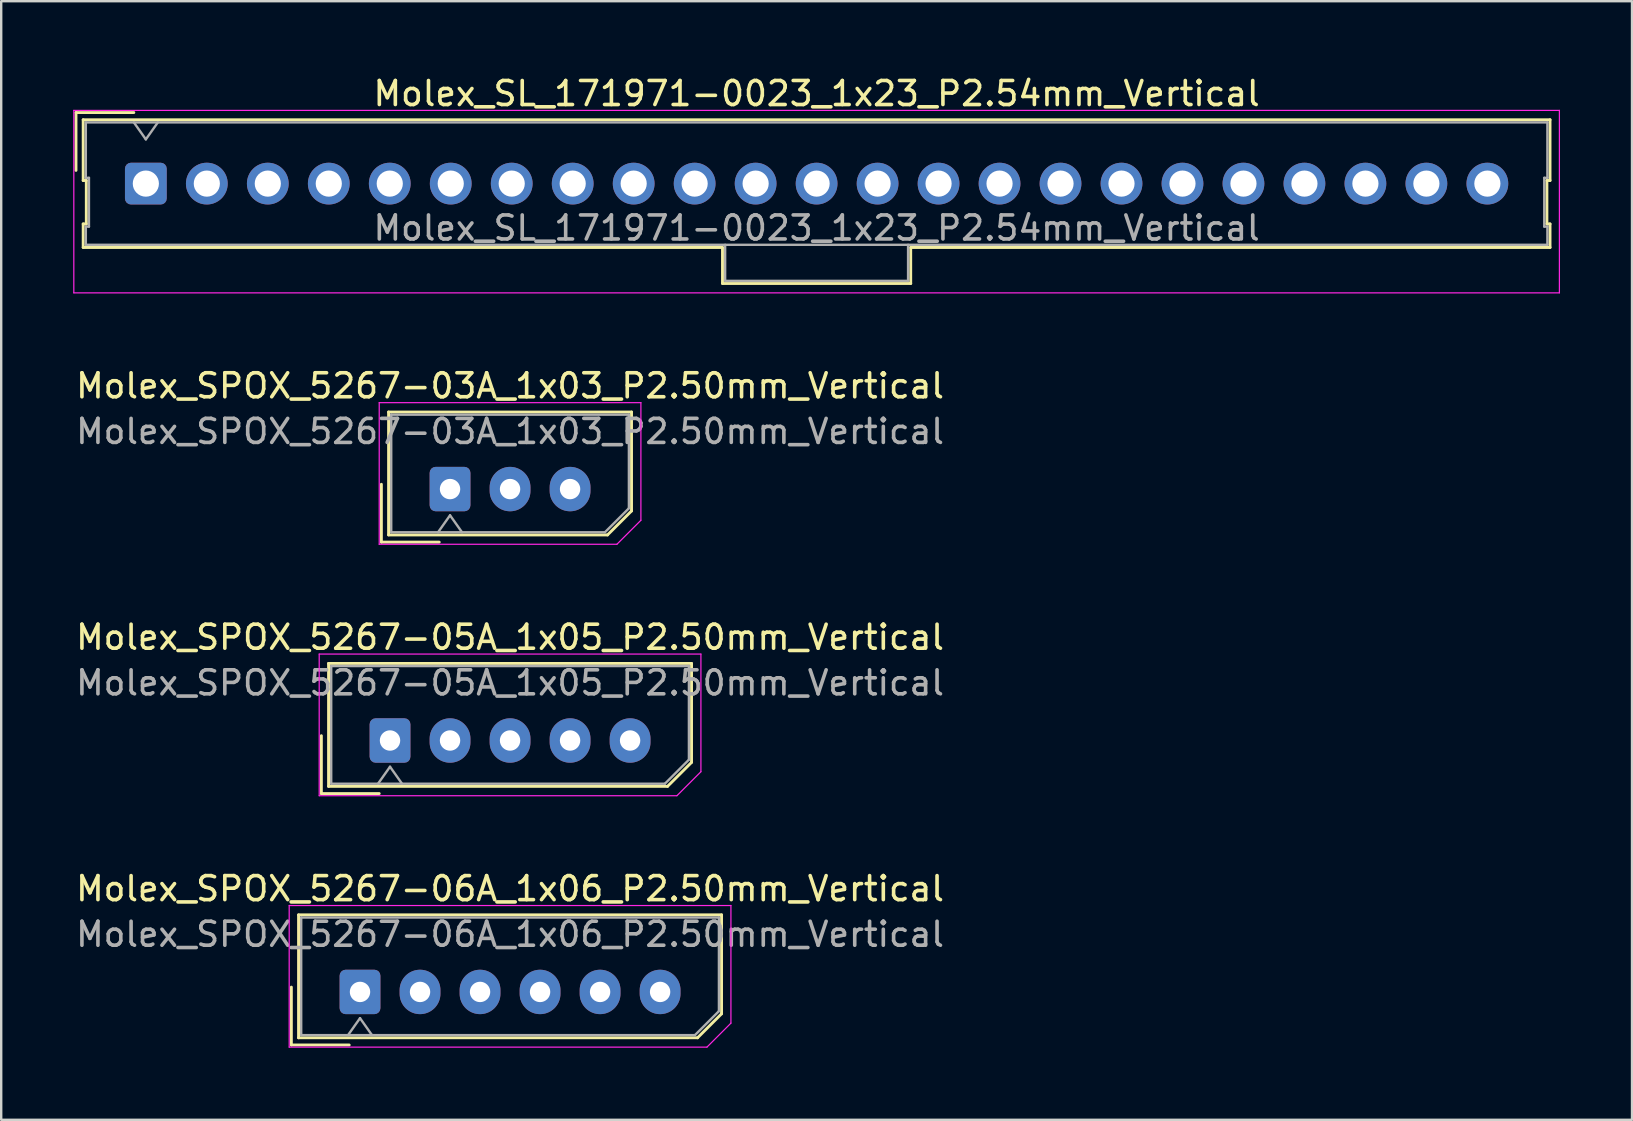
<source format=kicad_pcb>
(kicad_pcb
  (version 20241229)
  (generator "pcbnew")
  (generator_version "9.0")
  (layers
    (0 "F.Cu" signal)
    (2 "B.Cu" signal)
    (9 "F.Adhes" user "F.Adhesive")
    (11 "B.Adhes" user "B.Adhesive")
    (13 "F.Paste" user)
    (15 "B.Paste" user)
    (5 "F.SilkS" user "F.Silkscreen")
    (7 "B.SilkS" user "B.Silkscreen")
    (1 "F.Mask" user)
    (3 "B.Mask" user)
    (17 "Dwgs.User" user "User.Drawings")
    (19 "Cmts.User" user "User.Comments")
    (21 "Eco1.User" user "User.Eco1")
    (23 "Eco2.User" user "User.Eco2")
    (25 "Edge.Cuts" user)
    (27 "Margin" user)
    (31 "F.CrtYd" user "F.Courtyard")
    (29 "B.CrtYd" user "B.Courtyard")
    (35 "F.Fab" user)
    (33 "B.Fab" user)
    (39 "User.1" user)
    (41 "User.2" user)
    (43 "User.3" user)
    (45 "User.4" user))
  (footprint "Molex_SPOX_5267-05A_1x05_P2.50mm_Vertical"
    (layer "F.Cu")
    (at 13.196 27.795)
    (property "Reference" "Molex_SPOX_5267-05A_1x05_P2.50mm_Vertical" (at 5 -4.3 0) (layer "F.SilkS") (effects (font (size 1 1) (thickness 0.15))))
    (attr through_hole)
    (fp_line (start -2.86 -0.2) (end -2.86 2.21) (stroke (width 0.12) (type solid)) (layer "F.SilkS"))
    (fp_line (start -2.86 2.21) (end -0.45 2.21) (stroke (width 0.12) (type solid)) (layer "F.SilkS"))
    (fp_line (start -2.56 -3.21) (end -2.56 1.91) (stroke (width 0.12) (type solid)) (layer "F.SilkS"))
    (fp_line (start -2.56 1.91) (end 11.56 1.91) (stroke (width 0.12) (type solid)) (layer "F.SilkS"))
    (fp_line (start 11.56 1.91) (end 12.56 0.91) (stroke (width 0.12) (type solid)) (layer "F.SilkS"))
    (fp_line (start 12.56 -3.21) (end -2.56 -3.21) (stroke (width 0.12) (type solid)) (layer "F.SilkS"))
    (fp_line (start 12.56 0.91) (end 12.56 -3.21) (stroke (width 0.12) (type solid)) (layer "F.SilkS"))
    (fp_line (start -2.95 -3.6) (end -2.95 2.3) (stroke (width 0.05) (type solid)) (layer "F.CrtYd"))
    (fp_line (start -2.95 2.3) (end 11.95 2.3) (stroke (width 0.05) (type solid)) (layer "F.CrtYd"))
    (fp_line (start 11.95 2.3) (end 12.95 1.3) (stroke (width 0.05) (type solid)) (layer "F.CrtYd"))
    (fp_line (start 12.95 -3.6) (end -2.95 -3.6) (stroke (width 0.05) (type solid)) (layer "F.CrtYd"))
    (fp_line (start 12.95 1.3) (end 12.95 -3.6) (stroke (width 0.05) (type solid)) (layer "F.CrtYd"))
    (fp_line (start -2.45 -3.1) (end -2.45 1.8) (stroke (width 0.1) (type solid)) (layer "F.Fab"))
    (fp_line (start -2.45 1.8) (end 11.45 1.8) (stroke (width 0.1) (type solid)) (layer "F.Fab"))
    (fp_line (start -0.5 1.8) (end 0 1.093) (stroke (width 0.1) (type solid)) (layer "F.Fab"))
    (fp_line (start 0 1.093) (end 0.5 1.8) (stroke (width 0.1) (type solid)) (layer "F.Fab"))
    (fp_line (start 11.45 1.8) (end 12.45 0.8) (stroke (width 0.1) (type solid)) (layer "F.Fab"))
    (fp_line (start 12.45 -3.1) (end -2.45 -3.1) (stroke (width 0.1) (type solid)) (layer "F.Fab"))
    (fp_line (start 12.45 0.8) (end 12.45 -3.1) (stroke (width 0.1) (type solid)) (layer "F.Fab"))
    (fp_text user "${REFERENCE}" (at 5 -2.4 0) (layer "F.Fab") (effects (font (size 1 1) (thickness 0.15))))
    (pad "1" thru_hole roundrect (at 0 0) (size 1.7 1.85) (drill 0.85) (layers "*.Cu" "*.Mask") (roundrect_rratio 0.147))
    (pad "2" thru_hole oval (at 2.5 0) (size 1.7 1.85) (drill 0.85) (layers "*.Cu" "*.Mask"))
    (pad "3" thru_hole oval (at 5 0) (size 1.7 1.85) (drill 0.85) (layers "*.Cu" "*.Mask"))
    (pad "4" thru_hole oval (at 7.5 0) (size 1.7 1.85) (drill 0.85) (layers "*.Cu" "*.Mask"))
    (pad "5" thru_hole oval (at 10 0) (size 1.7 1.85) (drill 0.85) (layers "*.Cu" "*.Mask")))
  (footprint "Molex_SPOX_5267-06A_1x06_P2.50mm_Vertical"
    (layer "F.Cu")
    (at 11.946 38.268)
    (property "Reference" "Molex_SPOX_5267-06A_1x06_P2.50mm_Vertical" (at 6.25 -4.3 0) (layer "F.SilkS") (effects (font (size 1 1) (thickness 0.15))))
    (attr through_hole)
    (fp_line (start -2.86 -0.2) (end -2.86 2.21) (stroke (width 0.12) (type solid)) (layer "F.SilkS"))
    (fp_line (start -2.86 2.21) (end -0.45 2.21) (stroke (width 0.12) (type solid)) (layer "F.SilkS"))
    (fp_line (start -2.56 -3.21) (end -2.56 1.91) (stroke (width 0.12) (type solid)) (layer "F.SilkS"))
    (fp_line (start -2.56 1.91) (end 14.06 1.91) (stroke (width 0.12) (type solid)) (layer "F.SilkS"))
    (fp_line (start 14.06 1.91) (end 15.06 0.91) (stroke (width 0.12) (type solid)) (layer "F.SilkS"))
    (fp_line (start 15.06 -3.21) (end -2.56 -3.21) (stroke (width 0.12) (type solid)) (layer "F.SilkS"))
    (fp_line (start 15.06 0.91) (end 15.06 -3.21) (stroke (width 0.12) (type solid)) (layer "F.SilkS"))
    (fp_line (start -2.95 -3.6) (end -2.95 2.3) (stroke (width 0.05) (type solid)) (layer "F.CrtYd"))
    (fp_line (start -2.95 2.3) (end 14.45 2.3) (stroke (width 0.05) (type solid)) (layer "F.CrtYd"))
    (fp_line (start 14.45 2.3) (end 15.45 1.3) (stroke (width 0.05) (type solid)) (layer "F.CrtYd"))
    (fp_line (start 15.45 -3.6) (end -2.95 -3.6) (stroke (width 0.05) (type solid)) (layer "F.CrtYd"))
    (fp_line (start 15.45 1.3) (end 15.45 -3.6) (stroke (width 0.05) (type solid)) (layer "F.CrtYd"))
    (fp_line (start -2.45 -3.1) (end -2.45 1.8) (stroke (width 0.1) (type solid)) (layer "F.Fab"))
    (fp_line (start -2.45 1.8) (end 13.95 1.8) (stroke (width 0.1) (type solid)) (layer "F.Fab"))
    (fp_line (start -0.5 1.8) (end 0 1.093) (stroke (width 0.1) (type solid)) (layer "F.Fab"))
    (fp_line (start 0 1.093) (end 0.5 1.8) (stroke (width 0.1) (type solid)) (layer "F.Fab"))
    (fp_line (start 13.95 1.8) (end 14.95 0.8) (stroke (width 0.1) (type solid)) (layer "F.Fab"))
    (fp_line (start 14.95 -3.1) (end -2.45 -3.1) (stroke (width 0.1) (type solid)) (layer "F.Fab"))
    (fp_line (start 14.95 0.8) (end 14.95 -3.1) (stroke (width 0.1) (type solid)) (layer "F.Fab"))
    (fp_text user "${REFERENCE}" (at 6.25 -2.4 0) (layer "F.Fab") (effects (font (size 1 1) (thickness 0.15))))
    (pad "1" thru_hole roundrect (at 0 0) (size 1.7 1.85) (drill 0.85) (layers "*.Cu" "*.Mask") (roundrect_rratio 0.147))
    (pad "2" thru_hole oval (at 2.5 0) (size 1.7 1.85) (drill 0.85) (layers "*.Cu" "*.Mask"))
    (pad "3" thru_hole oval (at 5 0) (size 1.7 1.85) (drill 0.85) (layers "*.Cu" "*.Mask"))
    (pad "4" thru_hole oval (at 7.5 0) (size 1.7 1.85) (drill 0.85) (layers "*.Cu" "*.Mask"))
    (pad "5" thru_hole oval (at 10 0) (size 1.7 1.85) (drill 0.85) (layers "*.Cu" "*.Mask"))
    (pad "6" thru_hole oval (at 12.5 0) (size 1.7 1.85) (drill 0.85) (layers "*.Cu" "*.Mask")))
  (footprint "Molex_SPOX_5267-03A_1x03_P2.50mm_Vertical"
    (layer "F.Cu")
    (at 15.696 17.322)
    (property "Reference" "Molex_SPOX_5267-03A_1x03_P2.50mm_Vertical" (at 2.5 -4.3 0) (layer "F.SilkS") (effects (font (size 1 1) (thickness 0.15))))
    (attr through_hole)
    (fp_line (start -2.86 -0.2) (end -2.86 2.21) (stroke (width 0.12) (type solid)) (layer "F.SilkS"))
    (fp_line (start -2.86 2.21) (end -0.45 2.21) (stroke (width 0.12) (type solid)) (layer "F.SilkS"))
    (fp_line (start -2.56 -3.21) (end -2.56 1.91) (stroke (width 0.12) (type solid)) (layer "F.SilkS"))
    (fp_line (start -2.56 1.91) (end 6.56 1.91) (stroke (width 0.12) (type solid)) (layer "F.SilkS"))
    (fp_line (start 6.56 1.91) (end 7.56 0.91) (stroke (width 0.12) (type solid)) (layer "F.SilkS"))
    (fp_line (start 7.56 -3.21) (end -2.56 -3.21) (stroke (width 0.12) (type solid)) (layer "F.SilkS"))
    (fp_line (start 7.56 0.91) (end 7.56 -3.21) (stroke (width 0.12) (type solid)) (layer "F.SilkS"))
    (fp_line (start -2.95 -3.6) (end -2.95 2.3) (stroke (width 0.05) (type solid)) (layer "F.CrtYd"))
    (fp_line (start -2.95 2.3) (end 6.95 2.3) (stroke (width 0.05) (type solid)) (layer "F.CrtYd"))
    (fp_line (start 6.95 2.3) (end 7.95 1.3) (stroke (width 0.05) (type solid)) (layer "F.CrtYd"))
    (fp_line (start 7.95 -3.6) (end -2.95 -3.6) (stroke (width 0.05) (type solid)) (layer "F.CrtYd"))
    (fp_line (start 7.95 1.3) (end 7.95 -3.6) (stroke (width 0.05) (type solid)) (layer "F.CrtYd"))
    (fp_line (start -2.45 -3.1) (end -2.45 1.8) (stroke (width 0.1) (type solid)) (layer "F.Fab"))
    (fp_line (start -2.45 1.8) (end 6.45 1.8) (stroke (width 0.1) (type solid)) (layer "F.Fab"))
    (fp_line (start -0.5 1.8) (end 0 1.093) (stroke (width 0.1) (type solid)) (layer "F.Fab"))
    (fp_line (start 0 1.093) (end 0.5 1.8) (stroke (width 0.1) (type solid)) (layer "F.Fab"))
    (fp_line (start 6.45 1.8) (end 7.45 0.8) (stroke (width 0.1) (type solid)) (layer "F.Fab"))
    (fp_line (start 7.45 -3.1) (end -2.45 -3.1) (stroke (width 0.1) (type solid)) (layer "F.Fab"))
    (fp_line (start 7.45 0.8) (end 7.45 -3.1) (stroke (width 0.1) (type solid)) (layer "F.Fab"))
    (fp_text user "${REFERENCE}" (at 2.5 -2.4 0) (layer "F.Fab") (effects (font (size 1 1) (thickness 0.15))))
    (pad "1" thru_hole roundrect (at 0 0) (size 1.7 1.85) (drill 0.85) (layers "*.Cu" "*.Mask") (roundrect_rratio 0.147))
    (pad "2" thru_hole oval (at 2.5 0) (size 1.7 1.85) (drill 0.85) (layers "*.Cu" "*.Mask"))
    (pad "3" thru_hole oval (at 5 0) (size 1.7 1.85) (drill 0.85) (layers "*.Cu" "*.Mask")))
  (footprint "Molex_SL_171971-0023_1x23_P2.54mm_Vertical"
    (layer "F.Cu")
    (at 3.025 4.598)
    (property "Reference" "Molex_SL_171971-0023_1x23_P2.54mm_Vertical" (at 27.94 -3.75 0) (layer "F.SilkS") (effects (font (size 1 1) (thickness 0.15))))
    (attr through_hole)
    (fp_line (start -2.91 -2.96) (end -0.5 -2.96) (stroke (width 0.12) (type solid)) (layer "F.SilkS"))
    (fp_line (start -2.91 -0.55) (end -2.91 -2.96) (stroke (width 0.12) (type solid)) (layer "F.SilkS"))
    (fp_line (start -2.61 -2.66) (end -2.61 -0.13) (stroke (width 0.12) (type solid)) (layer "F.SilkS"))
    (fp_line (start -2.61 -0.13) (end -2.48 -0.13) (stroke (width 0.12) (type solid)) (layer "F.SilkS"))
    (fp_line (start -2.61 1.68) (end -2.61 2.66) (stroke (width 0.12) (type solid)) (layer "F.SilkS"))
    (fp_line (start -2.61 2.66) (end 24.02 2.66) (stroke (width 0.12) (type solid)) (layer "F.SilkS"))
    (fp_line (start -2.48 -0.13) (end -2.48 1.68) (stroke (width 0.12) (type solid)) (layer "F.SilkS"))
    (fp_line (start -2.48 1.68) (end -2.61 1.68) (stroke (width 0.12) (type solid)) (layer "F.SilkS"))
    (fp_line (start 24.02 2.66) (end 24.02 4.16) (stroke (width 0.12) (type solid)) (layer "F.SilkS"))
    (fp_line (start 24.02 4.16) (end 31.86 4.16) (stroke (width 0.12) (type solid)) (layer "F.SilkS"))
    (fp_line (start 31.86 2.66) (end 58.49 2.66) (stroke (width 0.12) (type solid)) (layer "F.SilkS"))
    (fp_line (start 31.86 4.16) (end 31.86 2.66) (stroke (width 0.12) (type solid)) (layer "F.SilkS"))
    (fp_line (start 58.36 -0.13) (end 58.49 -0.13) (stroke (width 0.12) (type solid)) (layer "F.SilkS"))
    (fp_line (start 58.36 1.68) (end 58.36 -0.13) (stroke (width 0.12) (type solid)) (layer "F.SilkS"))
    (fp_line (start 58.49 -2.66) (end -2.61 -2.66) (stroke (width 0.12) (type solid)) (layer "F.SilkS"))
    (fp_line (start 58.49 -0.13) (end 58.49 -2.66) (stroke (width 0.12) (type solid)) (layer "F.SilkS"))
    (fp_line (start 58.49 1.68) (end 58.36 1.68) (stroke (width 0.12) (type solid)) (layer "F.SilkS"))
    (fp_line (start 58.49 2.66) (end 58.49 1.68) (stroke (width 0.12) (type solid)) (layer "F.SilkS"))
    (fp_line (start -3 -3.05) (end -3 4.55) (stroke (width 0.05) (type solid)) (layer "F.CrtYd"))
    (fp_line (start -3 4.55) (end 58.88 4.55) (stroke (width 0.05) (type solid)) (layer "F.CrtYd"))
    (fp_line (start 58.88 -3.05) (end -3 -3.05) (stroke (width 0.05) (type solid)) (layer "F.CrtYd"))
    (fp_line (start 58.88 4.55) (end 58.88 -3.05) (stroke (width 0.05) (type solid)) (layer "F.CrtYd"))
    (fp_line (start -2.5 -2.55) (end -2.5 -0.24) (stroke (width 0.1) (type solid)) (layer "F.Fab"))
    (fp_line (start -2.5 -0.24) (end -2.37 -0.24) (stroke (width 0.1) (type solid)) (layer "F.Fab"))
    (fp_line (start -2.5 1.79) (end -2.5 2.55) (stroke (width 0.1) (type solid)) (layer "F.Fab"))
    (fp_line (start -2.5 2.55) (end 58.38 2.55) (stroke (width 0.1) (type solid)) (layer "F.Fab"))
    (fp_line (start -2.37 -0.24) (end -2.37 1.79) (stroke (width 0.1) (type solid)) (layer "F.Fab"))
    (fp_line (start -2.37 1.79) (end -2.5 1.79) (stroke (width 0.1) (type solid)) (layer "F.Fab"))
    (fp_line (start 0 -1.843) (end -0.5 -2.55) (stroke (width 0.1) (type solid)) (layer "F.Fab"))
    (fp_line (start 0.5 -2.55) (end 0 -1.843) (stroke (width 0.1) (type solid)) (layer "F.Fab"))
    (fp_line (start 24.13 2.55) (end 24.13 4.05) (stroke (width 0.1) (type solid)) (layer "F.Fab"))
    (fp_line (start 24.13 4.05) (end 31.75 4.05) (stroke (width 0.1) (type solid)) (layer "F.Fab"))
    (fp_line (start 31.75 4.05) (end 31.75 2.55) (stroke (width 0.1) (type solid)) (layer "F.Fab"))
    (fp_line (start 58.25 -0.24) (end 58.38 -0.24) (stroke (width 0.1) (type solid)) (layer "F.Fab"))
    (fp_line (start 58.25 1.79) (end 58.25 -0.24) (stroke (width 0.1) (type solid)) (layer "F.Fab"))
    (fp_line (start 58.38 -2.55) (end -2.5 -2.55) (stroke (width 0.1) (type solid)) (layer "F.Fab"))
    (fp_line (start 58.38 -0.24) (end 58.38 -2.55) (stroke (width 0.1) (type solid)) (layer "F.Fab"))
    (fp_line (start 58.38 1.79) (end 58.25 1.79) (stroke (width 0.1) (type solid)) (layer "F.Fab"))
    (fp_line (start 58.38 2.55) (end 58.38 1.79) (stroke (width 0.1) (type solid)) (layer "F.Fab"))
    (fp_text user "${REFERENCE}" (at 27.94 1.85 0) (layer "F.Fab") (effects (font (size 1 1) (thickness 0.15))))
    (pad "1" thru_hole roundrect (at 0 0) (size 1.74 1.74) (drill 1.09) (layers "*.Cu" "*.Mask") (roundrect_rratio 0.144))
    (pad "2" thru_hole circle (at 2.54 0) (size 1.74 1.74) (drill 1.09) (layers "*.Cu" "*.Mask"))
    (pad "3" thru_hole circle (at 5.08 0) (size 1.74 1.74) (drill 1.09) (layers "*.Cu" "*.Mask"))
    (pad "4" thru_hole circle (at 7.62 0) (size 1.74 1.74) (drill 1.09) (layers "*.Cu" "*.Mask"))
    (pad "5" thru_hole circle (at 10.16 0) (size 1.74 1.74) (drill 1.09) (layers "*.Cu" "*.Mask"))
    (pad "6" thru_hole circle (at 12.7 0) (size 1.74 1.74) (drill 1.09) (layers "*.Cu" "*.Mask"))
    (pad "7" thru_hole circle (at 15.24 0) (size 1.74 1.74) (drill 1.09) (layers "*.Cu" "*.Mask"))
    (pad "8" thru_hole circle (at 17.78 0) (size 1.74 1.74) (drill 1.09) (layers "*.Cu" "*.Mask"))
    (pad "9" thru_hole circle (at 20.32 0) (size 1.74 1.74) (drill 1.09) (layers "*.Cu" "*.Mask"))
    (pad "10" thru_hole circle (at 22.86 0) (size 1.74 1.74) (drill 1.09) (layers "*.Cu" "*.Mask"))
    (pad "11" thru_hole circle (at 25.4 0) (size 1.74 1.74) (drill 1.09) (layers "*.Cu" "*.Mask"))
    (pad "12" thru_hole circle (at 27.94 0) (size 1.74 1.74) (drill 1.09) (layers "*.Cu" "*.Mask"))
    (pad "13" thru_hole circle (at 30.48 0) (size 1.74 1.74) (drill 1.09) (layers "*.Cu" "*.Mask"))
    (pad "14" thru_hole circle (at 33.02 0) (size 1.74 1.74) (drill 1.09) (layers "*.Cu" "*.Mask"))
    (pad "15" thru_hole circle (at 35.56 0) (size 1.74 1.74) (drill 1.09) (layers "*.Cu" "*.Mask"))
    (pad "16" thru_hole circle (at 38.1 0) (size 1.74 1.74) (drill 1.09) (layers "*.Cu" "*.Mask"))
    (pad "17" thru_hole circle (at 40.64 0) (size 1.74 1.74) (drill 1.09) (layers "*.Cu" "*.Mask"))
    (pad "18" thru_hole circle (at 43.18 0) (size 1.74 1.74) (drill 1.09) (layers "*.Cu" "*.Mask"))
    (pad "19" thru_hole circle (at 45.72 0) (size 1.74 1.74) (drill 1.09) (layers "*.Cu" "*.Mask"))
    (pad "20" thru_hole circle (at 48.26 0) (size 1.74 1.74) (drill 1.09) (layers "*.Cu" "*.Mask"))
    (pad "21" thru_hole circle (at 50.8 0) (size 1.74 1.74) (drill 1.09) (layers "*.Cu" "*.Mask"))
    (pad "22" thru_hole circle (at 53.34 0) (size 1.74 1.74) (drill 1.09) (layers "*.Cu" "*.Mask"))
    (pad "23" thru_hole circle (at 55.88 0) (size 1.74 1.74) (drill 1.09) (layers "*.Cu" "*.Mask")))
  (gr_rect
    (start -3 -3)
    (end 64.93 43.593)
    (stroke (width 0.1) (type default))
    (fill no)
    (layer "Edge.Cuts")))
</source>
